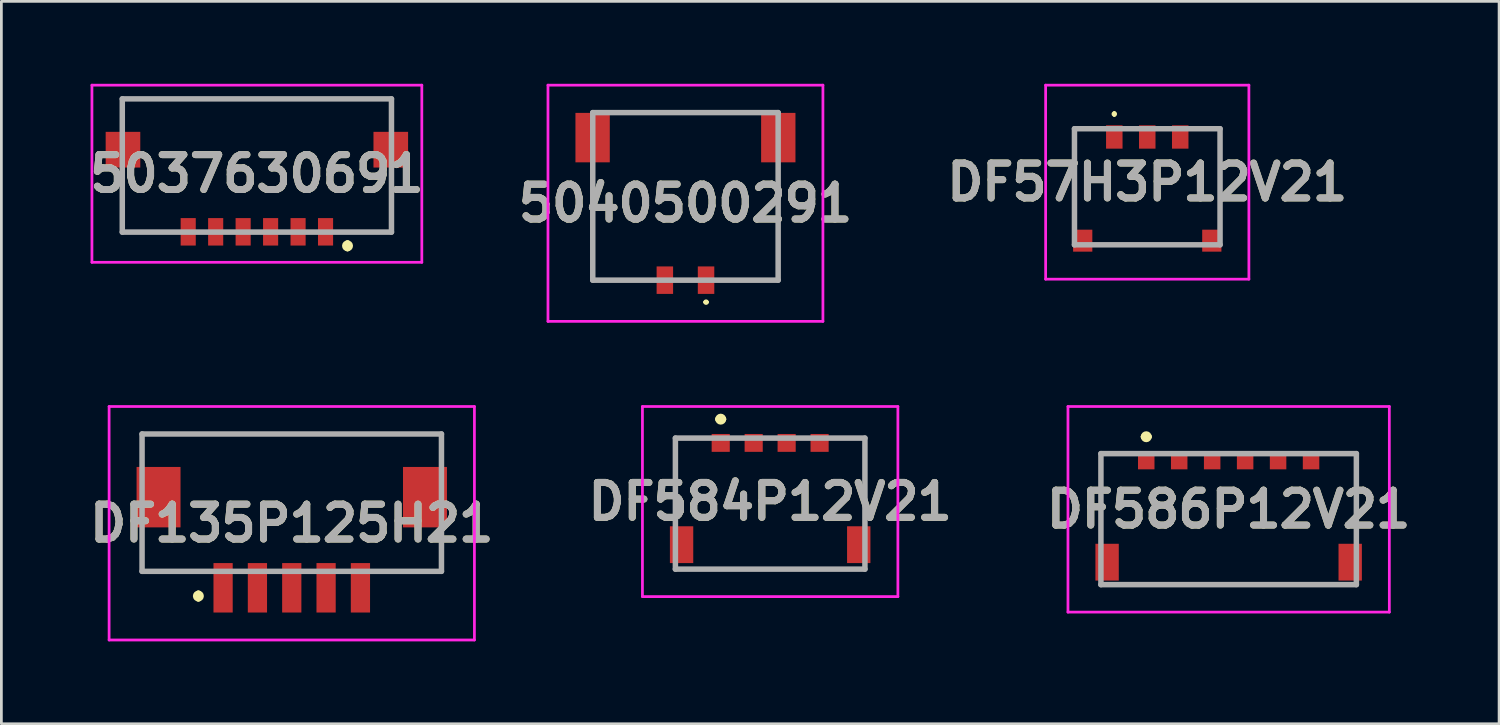
<source format=kicad_pcb>
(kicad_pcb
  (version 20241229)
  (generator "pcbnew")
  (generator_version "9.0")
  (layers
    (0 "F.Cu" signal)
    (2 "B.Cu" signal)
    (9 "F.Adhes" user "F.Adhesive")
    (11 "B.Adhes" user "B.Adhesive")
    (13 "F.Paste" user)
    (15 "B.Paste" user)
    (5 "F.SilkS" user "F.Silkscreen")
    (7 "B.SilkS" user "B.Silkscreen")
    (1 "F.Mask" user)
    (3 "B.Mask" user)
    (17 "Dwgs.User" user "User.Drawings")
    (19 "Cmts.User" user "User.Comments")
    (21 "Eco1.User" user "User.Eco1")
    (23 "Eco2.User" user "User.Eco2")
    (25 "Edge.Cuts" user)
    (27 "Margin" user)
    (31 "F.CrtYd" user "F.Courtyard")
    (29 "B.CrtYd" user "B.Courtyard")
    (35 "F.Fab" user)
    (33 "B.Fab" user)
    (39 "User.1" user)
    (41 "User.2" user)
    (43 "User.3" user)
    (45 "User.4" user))
  (footprint "DF57H3P12V21"
    (layer "F.Cu")
    (at 38.718 6.112)
    (property "Reference" "DF57H3P12V21" (at 0 -2.53 0) (layer "F.SilkS") (effects (font (size 1.27 1.27) (thickness 0.254))))
    (attr smd)
    (fp_line (start -2.65 -4.475) (end -2.65 -0.962) (stroke (width 0.1) (type solid)) (layer "F.SilkS"))
    (fp_line (start -1.8 -4.475) (end -2.65 -4.475) (stroke (width 0.1) (type solid)) (layer "F.SilkS"))
    (fp_line (start -1.8 -0.25) (end 1.6 -0.25) (stroke (width 0.1) (type solid)) (layer "F.SilkS"))
    (fp_line (start -1.2 -5.062) (end -1.2 -5.062) (stroke (width 0.1) (type solid)) (layer "F.SilkS"))
    (fp_line (start -1.2 -4.962) (end -1.2 -4.962) (stroke (width 0.1) (type solid)) (layer "F.SilkS"))
    (fp_line (start 1.8 -4.475) (end 2.6 -4.475) (stroke (width 0.1) (type solid)) (layer "F.SilkS"))
    (fp_line (start 2.6 -4.475) (end 2.65 -4.475) (stroke (width 0.1) (type solid)) (layer "F.SilkS"))
    (fp_line (start 2.65 -4.475) (end 2.65 -0.962) (stroke (width 0.1) (type solid)) (layer "F.SilkS"))
    (fp_arc (start -1.2 -5.062) (mid -1.15 -5.012) (end -1.2 -4.962) (stroke (width 0.1) (type solid)) (layer "F.SilkS"))
    (fp_arc (start -1.2 -4.962) (mid -1.25 -5.012) (end -1.2 -5.062) (stroke (width 0.1) (type solid)) (layer "F.SilkS"))
    (fp_line (start -3.7 -6.062) (end 3.7 -6.062) (stroke (width 0.1) (type solid)) (layer "F.CrtYd"))
    (fp_line (start -3.7 1.001) (end -3.7 -6.062) (stroke (width 0.1) (type solid)) (layer "F.CrtYd"))
    (fp_line (start 3.7 -6.062) (end 3.7 1.001) (stroke (width 0.1) (type solid)) (layer "F.CrtYd"))
    (fp_line (start 3.7 1.001) (end -3.7 1.001) (stroke (width 0.1) (type solid)) (layer "F.CrtYd"))
    (fp_line (start -2.65 -4.475) (end 2.65 -4.475) (stroke (width 0.2) (type solid)) (layer "F.Fab"))
    (fp_line (start -2.65 -0.25) (end -2.65 -4.475) (stroke (width 0.2) (type solid)) (layer "F.Fab"))
    (fp_line (start 2.65 -4.475) (end 2.65 -0.25) (stroke (width 0.2) (type solid)) (layer "F.Fab"))
    (fp_line (start 2.65 -0.25) (end -2.65 -0.25) (stroke (width 0.2) (type solid)) (layer "F.Fab"))
    (fp_text user "${REFERENCE}" (at 0 -2.53 0) (layer "F.Fab") (effects (font (size 1.27 1.27) (thickness 0.254))))
    (pad "1" smd rect (at -1.2 -4.175) (size 0.6 0.85) (layers "F.Cu" "F.Mask" "F.Paste"))
    (pad "2" smd rect (at 0 -4.175) (size 0.6 0.85) (layers "F.Cu" "F.Mask" "F.Paste"))
    (pad "3" smd rect (at 1.2 -4.175) (size 0.6 0.85) (layers "F.Cu" "F.Mask" "F.Paste"))
    (pad "MP1" smd rect (at -2.35 -0.4) (size 0.7 0.8) (layers "F.Cu" "F.Mask" "F.Paste"))
    (pad "MP2" smd rect (at 2.35 -0.4) (size 0.7 0.8) (layers "F.Cu" "F.Mask" "F.Paste")))
  (footprint "DF584P12V21"
    (layer "F.Cu")
    (at 24.989 15.21)
    (property "Reference" "DF584P12V21" (at 0 0 0) (layer "F.SilkS") (effects (font (size 1.27 1.27) (thickness 0.254))))
    (attr smd)
    (fp_line (start -3.45 -2.31) (end -2.5 -2.31) (stroke (width 0.1) (type solid)) (layer "F.SilkS"))
    (fp_line (start -3.45 0.69) (end -3.45 -2.31) (stroke (width 0.1) (type solid)) (layer "F.SilkS"))
    (fp_line (start -3.45 2.46) (end 3.45 2.46) (stroke (width 0.1) (type solid)) (layer "F.SilkS"))
    (fp_line (start -1.9 -3) (end -1.9 -3) (stroke (width 0.2) (type solid)) (layer "F.SilkS"))
    (fp_line (start -1.7 -3) (end -1.7 -3) (stroke (width 0.2) (type solid)) (layer "F.SilkS"))
    (fp_line (start 2.5 -2.31) (end 3.45 -2.31) (stroke (width 0.1) (type solid)) (layer "F.SilkS"))
    (fp_line (start 3.45 -2.31) (end 3.45 0.69) (stroke (width 0.1) (type solid)) (layer "F.SilkS"))
    (fp_line (start 3.45 2.46) (end 3.45 2.46) (stroke (width 0.1) (type solid)) (layer "F.SilkS"))
    (fp_arc (start -1.9 -3) (mid -1.8 -3.1) (end -1.7 -3) (stroke (width 0.2) (type solid)) (layer "F.SilkS"))
    (fp_arc (start -1.7 -3) (mid -1.8 -2.9) (end -1.9 -3) (stroke (width 0.2) (type solid)) (layer "F.SilkS"))
    (fp_line (start -4.65 -3.46) (end 4.65 -3.46) (stroke (width 0.1) (type solid)) (layer "F.CrtYd"))
    (fp_line (start -4.65 3.46) (end -4.65 -3.46) (stroke (width 0.1) (type solid)) (layer "F.CrtYd"))
    (fp_line (start 4.65 -3.46) (end 4.65 3.46) (stroke (width 0.1) (type solid)) (layer "F.CrtYd"))
    (fp_line (start 4.65 3.46) (end -4.65 3.46) (stroke (width 0.1) (type solid)) (layer "F.CrtYd"))
    (fp_line (start -3.45 -2.31) (end 3.45 -2.31) (stroke (width 0.2) (type solid)) (layer "F.Fab"))
    (fp_line (start -3.45 2.46) (end -3.45 -2.31) (stroke (width 0.2) (type solid)) (layer "F.Fab"))
    (fp_line (start 3.45 -2.31) (end 3.45 2.46) (stroke (width 0.2) (type solid)) (layer "F.Fab"))
    (fp_line (start 3.45 2.46) (end -3.45 2.46) (stroke (width 0.2) (type solid)) (layer "F.Fab"))
    (fp_text user "${REFERENCE}" (at 0 0 0) (layer "F.Fab") (effects (font (size 1.27 1.27) (thickness 0.254))))
    (pad "1" smd rect (at -1.8 -2.135 90) (size 0.65 0.66) (layers "F.Cu" "F.Mask" "F.Paste"))
    (pad "2" smd rect (at -0.6 -2.135 90) (size 0.65 0.66) (layers "F.Cu" "F.Mask" "F.Paste"))
    (pad "3" smd rect (at 0.6 -2.135 90) (size 0.65 0.66) (layers "F.Cu" "F.Mask" "F.Paste"))
    (pad "4" smd rect (at 1.8 -2.135 90) (size 0.65 0.66) (layers "F.Cu" "F.Mask" "F.Paste"))
    (pad "5" smd rect (at -3.225 1.57) (size 0.85 1.34) (layers "F.Cu" "F.Mask" "F.Paste"))
    (pad "6" smd rect (at 3.225 1.57) (size 0.85 1.34) (layers "F.Cu" "F.Mask" "F.Paste")))
  (footprint "DF135P125H21"
    (layer "F.Cu")
    (at 7.572 15.05)
    (property "Reference" "DF135P125H21" (at 0 0.95 0) (layer "F.SilkS") (effects (font (size 1.27 1.27) (thickness 0.254))))
    (attr smd)
    (fp_line (start -5.45 -2.3) (end 5.45 -2.3) (stroke (width 0.1) (type solid)) (layer "F.SilkS"))
    (fp_line (start -5.45 -1.5) (end -5.45 -2.3) (stroke (width 0.1) (type solid)) (layer "F.SilkS"))
    (fp_line (start -5.45 1.5) (end -5.45 2.7) (stroke (width 0.1) (type solid)) (layer "F.SilkS"))
    (fp_line (start -5.45 2.7) (end -3.2 2.7) (stroke (width 0.1) (type solid)) (layer "F.SilkS"))
    (fp_line (start -3.4 3.5) (end -3.4 3.5) (stroke (width 0.2) (type solid)) (layer "F.SilkS"))
    (fp_line (start -3.4 3.7) (end -3.4 3.7) (stroke (width 0.2) (type solid)) (layer "F.SilkS"))
    (fp_line (start 5.45 -2.3) (end 5.45 -1.5) (stroke (width 0.1) (type solid)) (layer "F.SilkS"))
    (fp_line (start 5.45 1.5) (end 5.45 2.7) (stroke (width 0.1) (type solid)) (layer "F.SilkS"))
    (fp_line (start 5.45 2.7) (end 3.2 2.7) (stroke (width 0.1) (type solid)) (layer "F.SilkS"))
    (fp_arc (start -3.4 3.5) (mid -3.3 3.6) (end -3.4 3.7) (stroke (width 0.2) (type solid)) (layer "F.SilkS"))
    (fp_arc (start -3.4 3.7) (mid -3.5 3.6) (end -3.4 3.5) (stroke (width 0.2) (type solid)) (layer "F.SilkS"))
    (fp_line (start -6.65 -3.3) (end 6.65 -3.3) (stroke (width 0.1) (type solid)) (layer "F.CrtYd"))
    (fp_line (start -6.65 5.2) (end -6.65 -3.3) (stroke (width 0.1) (type solid)) (layer "F.CrtYd"))
    (fp_line (start 6.65 -3.3) (end 6.65 5.2) (stroke (width 0.1) (type solid)) (layer "F.CrtYd"))
    (fp_line (start 6.65 5.2) (end -6.65 5.2) (stroke (width 0.1) (type solid)) (layer "F.CrtYd"))
    (fp_line (start -5.45 -2.3) (end 5.45 -2.3) (stroke (width 0.2) (type solid)) (layer "F.Fab"))
    (fp_line (start -5.45 2.7) (end -5.45 -2.3) (stroke (width 0.2) (type solid)) (layer "F.Fab"))
    (fp_line (start 5.45 -2.3) (end 5.45 2.7) (stroke (width 0.2) (type solid)) (layer "F.Fab"))
    (fp_line (start 5.45 2.7) (end -5.45 2.7) (stroke (width 0.2) (type solid)) (layer "F.Fab"))
    (fp_text user "${REFERENCE}" (at 0 0.95 0) (layer "F.Fab") (effects (font (size 1.27 1.27) (thickness 0.254))))
    (pad "1" smd rect (at -2.5 3.3) (size 0.7 1.8) (layers "F.Cu" "F.Mask" "F.Paste"))
    (pad "2" smd rect (at -1.25 3.3) (size 0.7 1.8) (layers "F.Cu" "F.Mask" "F.Paste"))
    (pad "3" smd rect (at 0 3.3) (size 0.7 1.8) (layers "F.Cu" "F.Mask" "F.Paste"))
    (pad "4" smd rect (at 1.25 3.3) (size 0.7 1.8) (layers "F.Cu" "F.Mask" "F.Paste"))
    (pad "5" smd rect (at 2.5 3.3) (size 0.7 1.8) (layers "F.Cu" "F.Mask" "F.Paste"))
    (pad "MP1" smd rect (at -4.85 0) (size 1.6 2.2) (layers "F.Cu" "F.Mask" "F.Paste"))
    (pad "MP2" smd rect (at 4.85 0) (size 1.6 2.2) (layers "F.Cu" "F.Mask" "F.Paste")))
  (footprint "5040500291"
    (layer "F.Cu")
    (at 21.905 7.15)
    (property "Reference" "5040500291" (at 0 -2.8 0) (layer "F.SilkS") (effects (font (size 1.27 1.27) (thickness 0.254))))
    (attr smd)
    (fp_line (start -3.375 0) (end -3.375 -4) (stroke (width 0.1) (type solid)) (layer "F.SilkS"))
    (fp_line (start -2.5 -6.1) (end 2.5 -6.1) (stroke (width 0.1) (type solid)) (layer "F.SilkS"))
    (fp_line (start -1.5 0) (end -3.375 0) (stroke (width 0.1) (type solid)) (layer "F.SilkS"))
    (fp_line (start 0.7 0.8) (end 0.7 0.8) (stroke (width 0.1) (type solid)) (layer "F.SilkS"))
    (fp_line (start 0.8 0.8) (end 0.8 0.8) (stroke (width 0.1) (type solid)) (layer "F.SilkS"))
    (fp_line (start 3.375 -4) (end 3.375 0) (stroke (width 0.1) (type solid)) (layer "F.SilkS"))
    (fp_line (start 3.375 0) (end 1.5 0) (stroke (width 0.1) (type solid)) (layer "F.SilkS"))
    (fp_arc (start 0.7 0.8) (mid 0.75 0.75) (end 0.8 0.8) (stroke (width 0.1) (type solid)) (layer "F.SilkS"))
    (fp_arc (start 0.8 0.8) (mid 0.75 0.85) (end 0.7 0.8) (stroke (width 0.1) (type solid)) (layer "F.SilkS"))
    (fp_line (start -5.005 -7.1) (end 5.005 -7.1) (stroke (width 0.1) (type solid)) (layer "F.CrtYd"))
    (fp_line (start -5.005 1.5) (end -5.005 -7.1) (stroke (width 0.1) (type solid)) (layer "F.CrtYd"))
    (fp_line (start 5.005 -7.1) (end 5.005 1.5) (stroke (width 0.1) (type solid)) (layer "F.CrtYd"))
    (fp_line (start 5.005 1.5) (end -5.005 1.5) (stroke (width 0.1) (type solid)) (layer "F.CrtYd"))
    (fp_line (start -3.375 -6.1) (end 3.375 -6.1) (stroke (width 0.2) (type solid)) (layer "F.Fab"))
    (fp_line (start -3.375 0) (end -3.375 -6.1) (stroke (width 0.2) (type solid)) (layer "F.Fab"))
    (fp_line (start 3.375 -6.1) (end 3.375 0) (stroke (width 0.2) (type solid)) (layer "F.Fab"))
    (fp_line (start 3.375 0) (end -3.375 0) (stroke (width 0.2) (type solid)) (layer "F.Fab"))
    (fp_text user "${REFERENCE}" (at 0 -2.8 0) (layer "F.Fab") (effects (font (size 1.27 1.27) (thickness 0.254))))
    (pad "1" smd rect (at 0.75 0) (size 0.6 1) (layers "F.Cu" "F.Mask" "F.Paste"))
    (pad "2" smd rect (at -0.75 0) (size 0.6 1) (layers "F.Cu" "F.Mask" "F.Paste"))
    (pad "3" smd rect (at -3.38 -5.19) (size 1.25 1.8) (layers "F.Cu" "F.Mask" "F.Paste"))
    (pad "4" smd rect (at 3.38 -5.19) (size 1.25 1.8) (layers "F.Cu" "F.Mask" "F.Paste")))
  (footprint "DF586P12V21"
    (layer "F.Cu")
    (at 41.681 15.85)
    (property "Reference" "DF586P12V21" (at 0 -0.358 0) (layer "F.SilkS") (effects (font (size 1.27 1.27) (thickness 0.254))))
    (attr smd)
    (fp_line (start -4.65 -2.385) (end -4.65 0.5) (stroke (width 0.1) (type solid)) (layer "F.SilkS"))
    (fp_line (start -4 -2.385) (end -4.65 -2.385) (stroke (width 0.1) (type solid)) (layer "F.SilkS"))
    (fp_line (start -3.5 2.385) (end 3.5 2.385) (stroke (width 0.1) (type solid)) (layer "F.SilkS"))
    (fp_line (start -3.1 -3) (end -3.1 -3) (stroke (width 0.2) (type solid)) (layer "F.SilkS"))
    (fp_line (start -2.9 -3) (end -2.9 -3) (stroke (width 0.2) (type solid)) (layer "F.SilkS"))
    (fp_line (start 4 -2.385) (end 4.65 -2.385) (stroke (width 0.1) (type solid)) (layer "F.SilkS"))
    (fp_line (start 4.65 -2.385) (end 4.65 0.5) (stroke (width 0.1) (type solid)) (layer "F.SilkS"))
    (fp_arc (start -3.1 -3) (mid -3 -3.1) (end -2.9 -3) (stroke (width 0.2) (type solid)) (layer "F.SilkS"))
    (fp_arc (start -2.9 -3) (mid -3 -2.9) (end -3.1 -3) (stroke (width 0.2) (type solid)) (layer "F.SilkS"))
    (fp_line (start -5.85 -4.1) (end 5.85 -4.1) (stroke (width 0.1) (type solid)) (layer "F.CrtYd"))
    (fp_line (start -5.85 3.385) (end -5.85 -4.1) (stroke (width 0.1) (type solid)) (layer "F.CrtYd"))
    (fp_line (start 5.85 -4.1) (end 5.85 3.385) (stroke (width 0.1) (type solid)) (layer "F.CrtYd"))
    (fp_line (start 5.85 3.385) (end -5.85 3.385) (stroke (width 0.1) (type solid)) (layer "F.CrtYd"))
    (fp_line (start -4.65 -2.385) (end 4.65 -2.385) (stroke (width 0.2) (type solid)) (layer "F.Fab"))
    (fp_line (start -4.65 2.385) (end -4.65 -2.385) (stroke (width 0.2) (type solid)) (layer "F.Fab"))
    (fp_line (start 4.65 -2.385) (end 4.65 2.385) (stroke (width 0.2) (type solid)) (layer "F.Fab"))
    (fp_line (start 4.65 2.385) (end -4.65 2.385) (stroke (width 0.2) (type solid)) (layer "F.Fab"))
    (fp_text user "${REFERENCE}" (at 0 -0.358 0) (layer "F.Fab") (effects (font (size 1.27 1.27) (thickness 0.254))))
    (pad "1" smd rect (at -3 -2.138) (size 0.6 0.65) (layers "F.Cu" "F.Mask" "F.Paste"))
    (pad "2" smd rect (at -1.8 -2.138) (size 0.6 0.65) (layers "F.Cu" "F.Mask" "F.Paste"))
    (pad "3" smd rect (at -0.6 -2.138) (size 0.6 0.65) (layers "F.Cu" "F.Mask" "F.Paste"))
    (pad "4" smd rect (at 0.6 -2.138) (size 0.6 0.65) (layers "F.Cu" "F.Mask" "F.Paste"))
    (pad "5" smd rect (at 1.8 -2.138) (size 0.6 0.65) (layers "F.Cu" "F.Mask" "F.Paste"))
    (pad "6" smd rect (at 3 -2.138) (size 0.6 0.65) (layers "F.Cu" "F.Mask" "F.Paste"))
    (pad "MP1" smd rect (at 4.425 1.567) (size 0.85 1.34) (layers "F.Cu" "F.Mask" "F.Paste"))
    (pad "MP2" smd rect (at -4.425 1.567) (size 0.85 1.34) (layers "F.Cu" "F.Mask" "F.Paste")))
  (footprint "5037630691"
    (layer "F.Cu")
    (at 6.302 3.275)
    (property "Reference" "5037630691" (at 0 0 0) (layer "F.SilkS") (effects (font (size 1.27 1.27) (thickness 0.254))))
    (attr smd)
    (fp_line (start -4.9 -2.725) (end 4.9 -2.725) (stroke (width 0.1) (type solid)) (layer "F.SilkS"))
    (fp_line (start -4.9 -1.875) (end -4.9 -2.725) (stroke (width 0.1) (type solid)) (layer "F.SilkS"))
    (fp_line (start -4.9 2.125) (end -4.9 0.125) (stroke (width 0.1) (type solid)) (layer "F.SilkS"))
    (fp_line (start -3.5 2.125) (end -4.9 2.125) (stroke (width 0.1) (type solid)) (layer "F.SilkS"))
    (fp_line (start 3.3 2.525) (end 3.3 2.525) (stroke (width 0.2) (type solid)) (layer "F.SilkS"))
    (fp_line (start 3.3 2.725) (end 3.3 2.725) (stroke (width 0.2) (type solid)) (layer "F.SilkS"))
    (fp_line (start 3.5 2.125) (end 4.9 2.125) (stroke (width 0.1) (type solid)) (layer "F.SilkS"))
    (fp_line (start 4.9 -2.725) (end 4.9 -1.875) (stroke (width 0.1) (type solid)) (layer "F.SilkS"))
    (fp_line (start 4.9 2.125) (end 4.9 0.125) (stroke (width 0.1) (type solid)) (layer "F.SilkS"))
    (fp_arc (start 3.3 2.525) (mid 3.4 2.625) (end 3.3 2.725) (stroke (width 0.2) (type solid)) (layer "F.SilkS"))
    (fp_arc (start 3.3 2.725) (mid 3.2 2.625) (end 3.3 2.525) (stroke (width 0.2) (type solid)) (layer "F.SilkS"))
    (fp_line (start -6.005 -3.225) (end 6.005 -3.225) (stroke (width 0.1) (type solid)) (layer "F.CrtYd"))
    (fp_line (start -6.005 3.225) (end -6.005 -3.225) (stroke (width 0.1) (type solid)) (layer "F.CrtYd"))
    (fp_line (start 6.005 -3.225) (end 6.005 3.225) (stroke (width 0.1) (type solid)) (layer "F.CrtYd"))
    (fp_line (start 6.005 3.225) (end -6.005 3.225) (stroke (width 0.1) (type solid)) (layer "F.CrtYd"))
    (fp_line (start -4.9 -2.725) (end 4.9 -2.725) (stroke (width 0.2) (type solid)) (layer "F.Fab"))
    (fp_line (start -4.9 2.125) (end -4.9 -2.725) (stroke (width 0.2) (type solid)) (layer "F.Fab"))
    (fp_line (start 4.9 -2.725) (end 4.9 2.125) (stroke (width 0.2) (type solid)) (layer "F.Fab"))
    (fp_line (start 4.9 2.125) (end -4.9 2.125) (stroke (width 0.2) (type solid)) (layer "F.Fab"))
    (fp_text user "${REFERENCE}" (at 0 0 0) (layer "F.Fab") (effects (font (size 1.27 1.27) (thickness 0.254))))
    (pad "1" smd rect (at 2.5 2.115) (size 0.55 1) (layers "F.Cu" "F.Mask" "F.Paste"))
    (pad "2" smd rect (at 1.5 2.115) (size 0.55 1) (layers "F.Cu" "F.Mask" "F.Paste"))
    (pad "3" smd rect (at 0.5 2.115) (size 0.55 1) (layers "F.Cu" "F.Mask" "F.Paste"))
    (pad "4" smd rect (at -0.5 2.115) (size 0.55 1) (layers "F.Cu" "F.Mask" "F.Paste"))
    (pad "5" smd rect (at -1.5 2.115) (size 0.55 1) (layers "F.Cu" "F.Mask" "F.Paste"))
    (pad "6" smd rect (at -2.5 2.115) (size 0.55 1) (layers "F.Cu" "F.Mask" "F.Paste"))
    (pad "MP1" smd rect (at 4.875 -0.875) (size 1.26 1.3) (layers "F.Cu" "F.Mask" "F.Paste"))
    (pad "MP2" smd rect (at -4.875 -0.875) (size 1.26 1.3) (layers "F.Cu" "F.Mask" "F.Paste")))
  (gr_rect
    (start -3 -3)
    (end 51.527 23.3)
    (stroke (width 0.1) (type default))
    (fill no)
    (layer "Edge.Cuts")))
</source>
